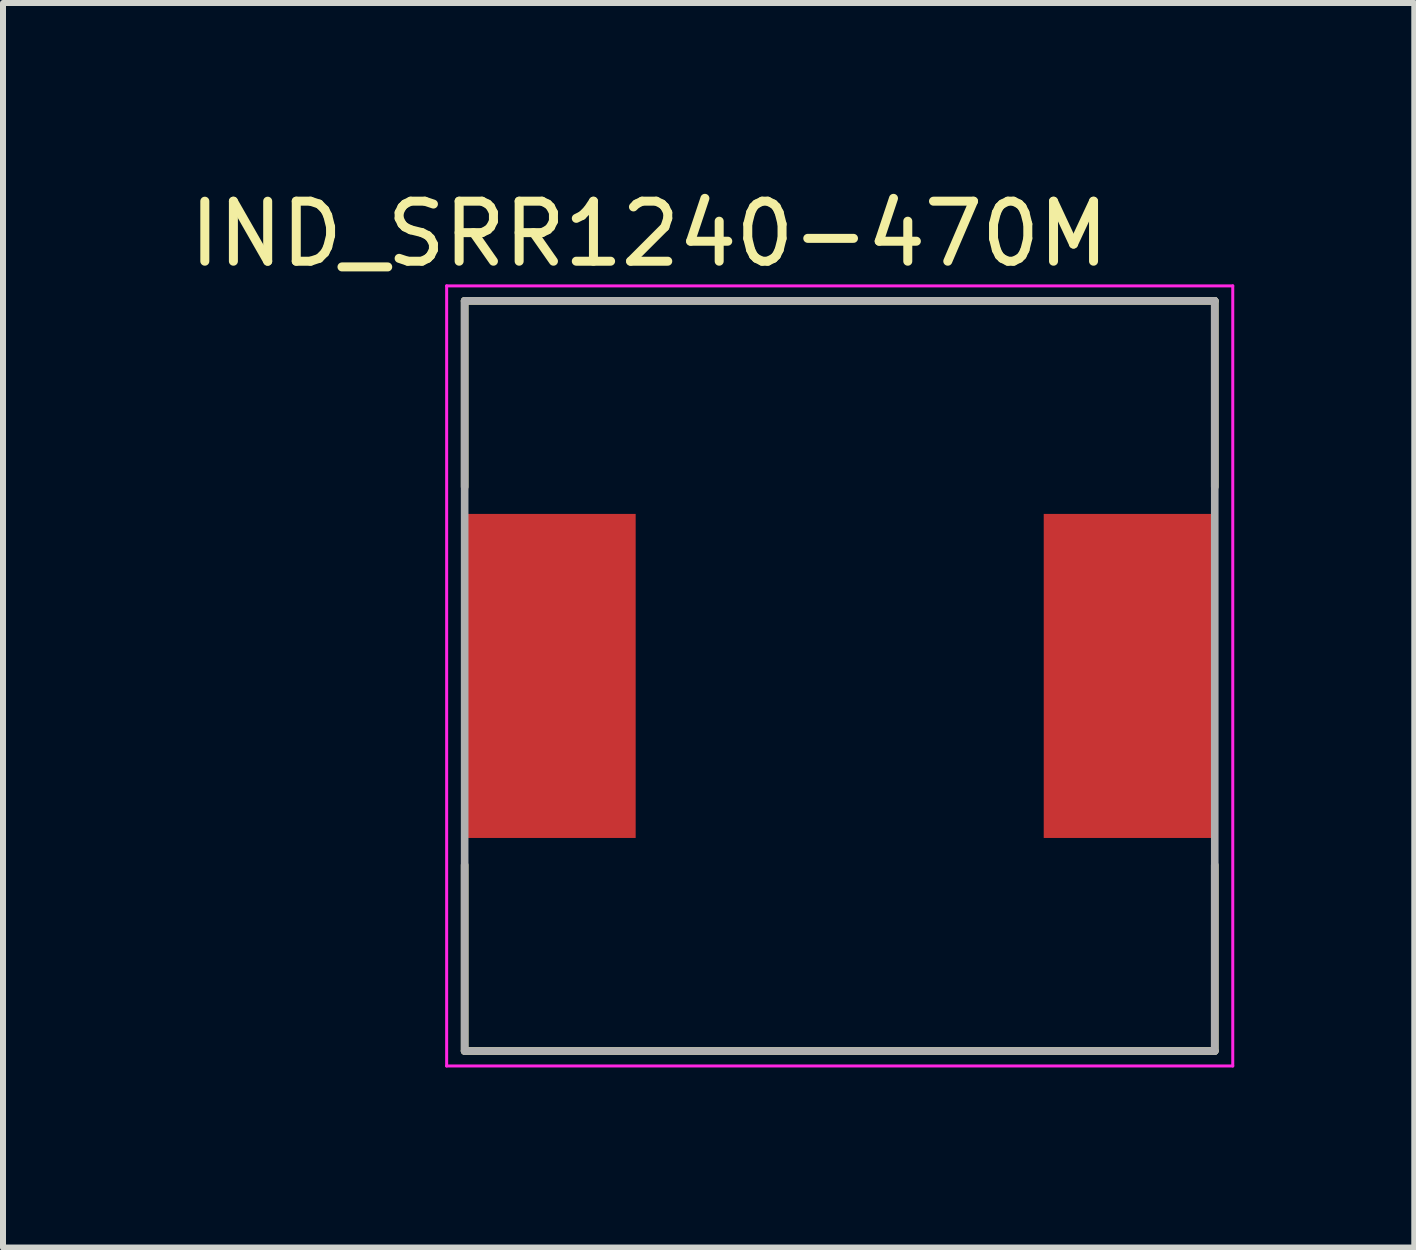
<source format=kicad_pcb>
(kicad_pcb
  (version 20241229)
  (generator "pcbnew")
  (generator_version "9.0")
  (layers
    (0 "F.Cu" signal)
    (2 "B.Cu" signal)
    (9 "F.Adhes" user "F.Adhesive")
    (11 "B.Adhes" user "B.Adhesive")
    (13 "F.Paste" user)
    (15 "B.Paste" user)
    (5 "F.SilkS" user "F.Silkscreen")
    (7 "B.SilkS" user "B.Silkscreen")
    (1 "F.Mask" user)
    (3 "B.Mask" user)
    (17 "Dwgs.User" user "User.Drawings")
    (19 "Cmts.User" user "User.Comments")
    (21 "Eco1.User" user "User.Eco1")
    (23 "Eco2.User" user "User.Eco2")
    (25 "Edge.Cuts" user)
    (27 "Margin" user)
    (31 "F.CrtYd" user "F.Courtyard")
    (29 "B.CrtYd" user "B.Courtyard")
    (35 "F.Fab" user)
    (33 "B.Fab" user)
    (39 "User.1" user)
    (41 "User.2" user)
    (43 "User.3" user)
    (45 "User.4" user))
  (footprint "IND_SRR1240-470M"
    (layer "F.Cu")
    (at 10.943 8.214)
    (property "Reference" "IND_SRR1240-470M" (at -3.175 -7.366 0) (layer "F.SilkS") (effects (font (size 1 1) (thickness 0.15))))
    (attr smd)
    (fp_line (start -6.25 -6.25) (end 6.25 -6.25) (stroke (width 0.127) (type solid)) (layer "F.SilkS"))
    (fp_line (start -6.25 -3.15) (end -6.25 -6.25) (stroke (width 0.127) (type solid)) (layer "F.SilkS"))
    (fp_line (start -6.25 6.25) (end -6.25 3.15) (stroke (width 0.127) (type solid)) (layer "F.SilkS"))
    (fp_line (start 6.25 -6.25) (end 6.25 -3.15) (stroke (width 0.127) (type solid)) (layer "F.SilkS"))
    (fp_line (start 6.25 3.15) (end 6.25 6.25) (stroke (width 0.127) (type solid)) (layer "F.SilkS"))
    (fp_line (start 6.25 6.25) (end -6.25 6.25) (stroke (width 0.127) (type solid)) (layer "F.SilkS"))
    (fp_line (start -6.55 -6.5) (end 6.55 -6.5) (stroke (width 0.05) (type solid)) (layer "F.CrtYd"))
    (fp_line (start -6.55 6.5) (end -6.55 -6.5) (stroke (width 0.05) (type solid)) (layer "F.CrtYd"))
    (fp_line (start 6.55 -6.5) (end 6.55 6.5) (stroke (width 0.05) (type solid)) (layer "F.CrtYd"))
    (fp_line (start 6.55 6.5) (end -6.55 6.5) (stroke (width 0.05) (type solid)) (layer "F.CrtYd"))
    (fp_line (start -6.25 -6.25) (end 6.25 -6.25) (stroke (width 0.127) (type solid)) (layer "F.Fab"))
    (fp_line (start -6.25 6.25) (end -6.25 -6.25) (stroke (width 0.127) (type solid)) (layer "F.Fab"))
    (fp_line (start 6.25 -6.25) (end 6.25 6.25) (stroke (width 0.127) (type solid)) (layer "F.Fab"))
    (fp_line (start 6.25 6.25) (end -6.25 6.25) (stroke (width 0.127) (type solid)) (layer "F.Fab"))
    (pad "1" smd rect (at -4.85 0) (size 2.9 5.4) (layers "F.Cu" "F.Mask" "F.Paste"))
    (pad "2" smd rect (at 4.85 0) (size 2.9 5.4) (layers "F.Cu" "F.Mask" "F.Paste")))
  (gr_rect
    (start -3 -3)
    (end 20.518 17.739)
    (stroke (width 0.1) (type default))
    (fill no)
    (layer "Edge.Cuts")))
</source>
